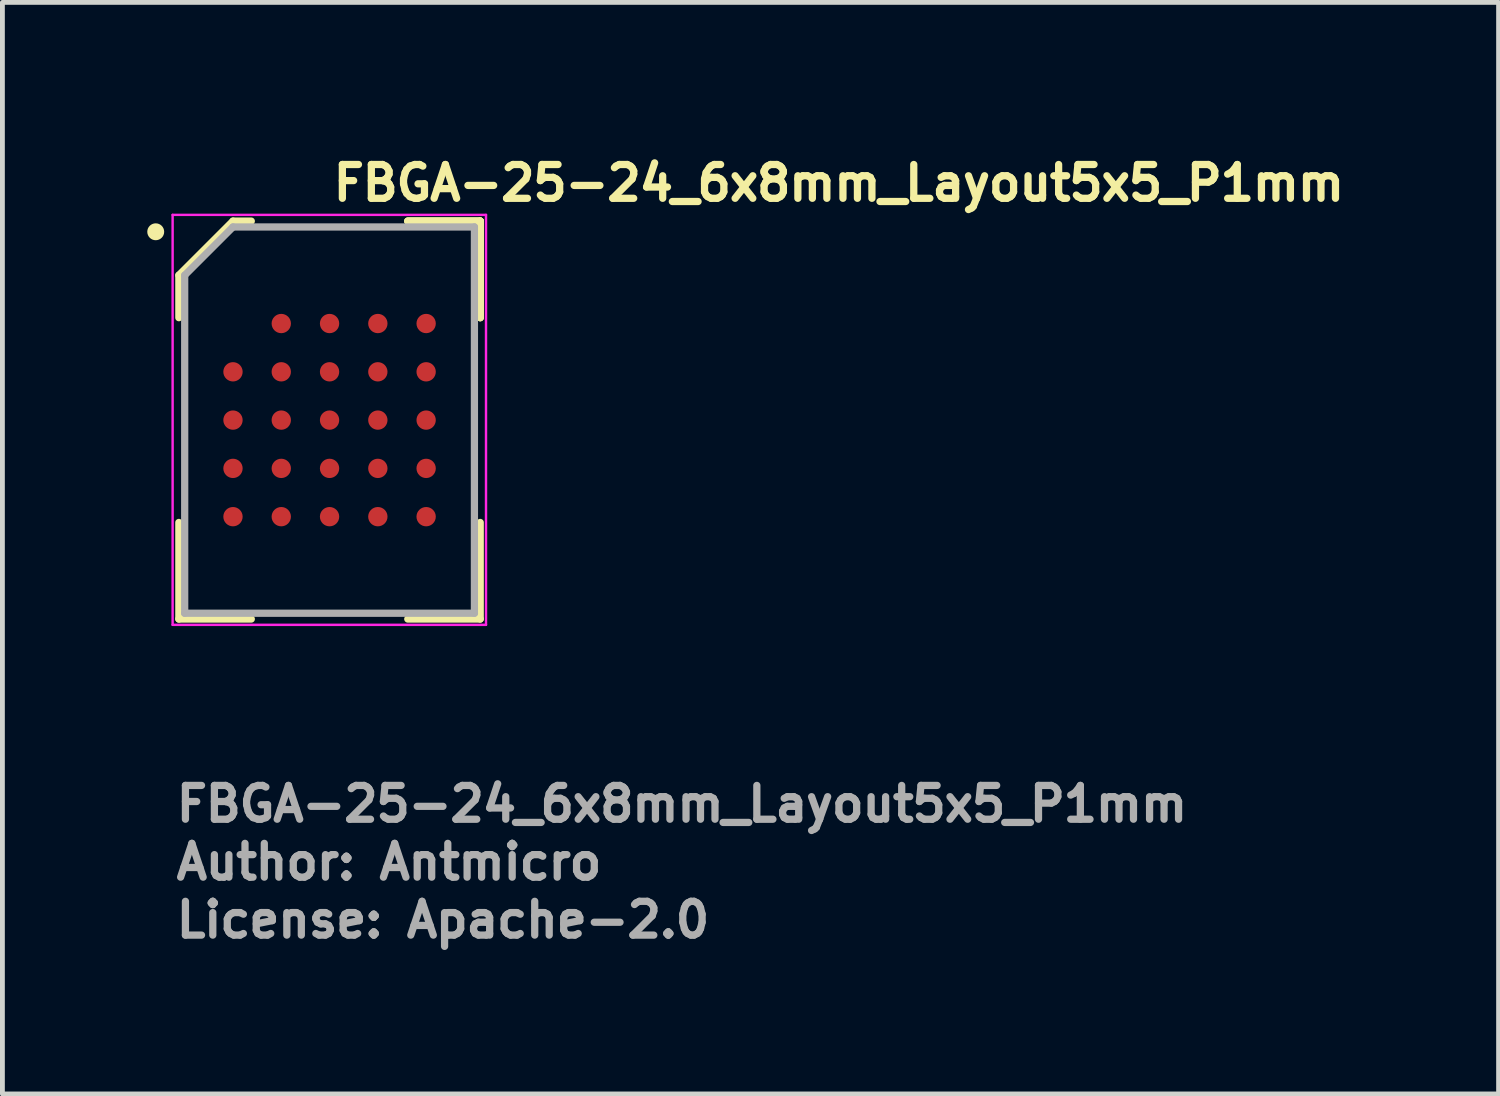
<source format=kicad_pcb>
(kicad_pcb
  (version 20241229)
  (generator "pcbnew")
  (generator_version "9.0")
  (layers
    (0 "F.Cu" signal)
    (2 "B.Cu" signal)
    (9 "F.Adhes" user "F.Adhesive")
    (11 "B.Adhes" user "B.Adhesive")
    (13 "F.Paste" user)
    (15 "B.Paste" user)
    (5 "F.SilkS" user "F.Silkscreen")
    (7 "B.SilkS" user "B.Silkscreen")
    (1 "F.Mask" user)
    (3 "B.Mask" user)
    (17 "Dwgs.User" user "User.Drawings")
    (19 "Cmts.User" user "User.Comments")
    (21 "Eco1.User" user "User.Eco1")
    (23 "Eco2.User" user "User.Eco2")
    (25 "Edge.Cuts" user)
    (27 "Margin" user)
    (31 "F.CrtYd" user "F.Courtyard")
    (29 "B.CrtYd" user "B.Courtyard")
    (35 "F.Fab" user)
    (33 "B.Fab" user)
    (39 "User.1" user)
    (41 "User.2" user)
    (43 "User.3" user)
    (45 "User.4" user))
  (footprint "FBGA-25-24_6x8mm_Layout5x5_P1mm"
    (layer "F.Cu")
    (at 3.775 5.65)
    (property "Reference" "FBGA-25-24_6x8mm_Layout5x5_P1mm" (at 0 -4.5 0) (layer "F.SilkS") (effects (font (size 0.7 0.7) (thickness 0.15)) (justify left bottom)))
    (attr smd)
    (fp_line (start -3.121 -3) (end -3.121 -2.121) (stroke (width 0.15) (type solid)) (layer "F.SilkS"))
    (fp_line (start -3.121 4.12) (end -3.121 2.12) (stroke (width 0.15) (type solid)) (layer "F.SilkS"))
    (fp_line (start -2 -4.121) (end -3.121 -3) (stroke (width 0.15) (type solid)) (layer "F.SilkS"))
    (fp_line (start -1.621 -4.121) (end -2 -4.121) (stroke (width 0.15) (type solid)) (layer "F.SilkS"))
    (fp_line (start -1.621 4.12) (end -3.121 4.12) (stroke (width 0.15) (type solid)) (layer "F.SilkS"))
    (fp_line (start 1.62 -4.121) (end 3.12 -4.121) (stroke (width 0.15) (type solid)) (layer "F.SilkS"))
    (fp_line (start 1.62 -4.121) (end 3.12 -4.121) (stroke (width 0.15) (type solid)) (layer "F.SilkS"))
    (fp_line (start 1.62 -4.121) (end 3.12 -4.121) (stroke (width 0.15) (type solid)) (layer "F.SilkS"))
    (fp_line (start 1.62 4.12) (end 3.12 4.12) (stroke (width 0.15) (type solid)) (layer "F.SilkS"))
    (fp_line (start 3.12 -4.121) (end 3.12 -2.121) (stroke (width 0.15) (type solid)) (layer "F.SilkS"))
    (fp_line (start 3.12 -4.121) (end 3.12 -2.121) (stroke (width 0.15) (type solid)) (layer "F.SilkS"))
    (fp_line (start 3.12 -4.121) (end 3.12 -2.121) (stroke (width 0.15) (type solid)) (layer "F.SilkS"))
    (fp_line (start 3.12 4.12) (end 3.12 2.12) (stroke (width 0.15) (type solid)) (layer "F.SilkS"))
    (fp_circle (center -3.6 -3.9) (end -3.5 -3.9) (stroke (width 0.15) (type solid)) (fill yes) (layer "F.SilkS"))
    (fp_line (start -3.25 -4.25) (end 3.24 -4.25) (stroke (width 0.05) (type solid)) (layer "F.CrtYd"))
    (fp_line (start -3.25 4.24) (end -3.25 -4.25) (stroke (width 0.05) (type solid)) (layer "F.CrtYd"))
    (fp_line (start 3.24 -4.25) (end 3.24 4.24) (stroke (width 0.05) (type solid)) (layer "F.CrtYd"))
    (fp_line (start 3.24 4.24) (end -3.25 4.24) (stroke (width 0.05) (type solid)) (layer "F.CrtYd"))
    (fp_line (start -3 -3) (end -3 4) (stroke (width 0.15) (type solid)) (layer "F.Fab"))
    (fp_line (start -3 4) (end 3 4) (stroke (width 0.15) (type solid)) (layer "F.Fab"))
    (fp_line (start -2 -4) (end -3 -3) (stroke (width 0.15) (type solid)) (layer "F.Fab"))
    (fp_line (start 3 -4) (end -2 -4) (stroke (width 0.15) (type solid)) (layer "F.Fab"))
    (fp_line (start 3 4) (end 3 -4) (stroke (width 0.15) (type solid)) (layer "F.Fab"))
    (fp_rect (start -3 -4) (end 3 4) (stroke (width 0.1) (type solid)) (fill no) (layer "User.5"))
    (fp_line (start -3 -4) (end -3 4) (stroke (width 0.02) (type solid)) (layer "User.9"))
    (fp_line (start -3 4) (end 3 4) (stroke (width 0.02) (type solid)) (layer "User.9"))
    (fp_line (start -2.099 -2.919) (end -2.099 -2.913) (stroke (width 0.02) (type solid)) (layer "User.9"))
    (fp_line (start -2.099 -2.913) (end -2.099 -2.906) (stroke (width 0.02) (type solid)) (layer "User.9"))
    (fp_line (start -2.099 -2.906) (end -2.099 -2.9) (stroke (width 0.02) (type solid)) (layer "User.9"))
    (fp_line (start -2.099 -2.9) (end -2.099 -2.886) (stroke (width 0.02) (type solid)) (layer "User.9"))
    (fp_line (start -2.099 -2.886) (end -2.098 -2.873) (stroke (width 0.02) (type solid)) (layer "User.9"))
    (fp_line (start -2.098 -2.926) (end -2.099 -2.919) (stroke (width 0.02) (type solid)) (layer "User.9"))
    (fp_line (start -2.098 -2.873) (end -2.096 -2.86) (stroke (width 0.02) (type solid)) (layer "User.9"))
    (fp_line (start -2.097 -2.933) (end -2.098 -2.926) (stroke (width 0.02) (type solid)) (layer "User.9"))
    (fp_line (start -2.096 -2.939) (end -2.097 -2.933) (stroke (width 0.02) (type solid)) (layer "User.9"))
    (fp_line (start -2.096 -2.86) (end -2.093 -2.847) (stroke (width 0.02) (type solid)) (layer "User.9"))
    (fp_line (start -2.095 -2.913) (end -2.095 -2.906) (stroke (width 0.02) (type solid)) (layer "User.9"))
    (fp_line (start -2.095 -2.906) (end -2.095 -2.9) (stroke (width 0.02) (type solid)) (layer "User.9"))
    (fp_line (start -2.095 -2.9) (end -2.095 -2.886) (stroke (width 0.02) (type solid)) (layer "User.9"))
    (fp_line (start -2.095 -2.886) (end -2.093 -2.874) (stroke (width 0.02) (type solid)) (layer "User.9"))
    (fp_line (start -2.094 -2.945) (end -2.096 -2.939) (stroke (width 0.02) (type solid)) (layer "User.9"))
    (fp_line (start -2.094 -2.919) (end -2.095 -2.913) (stroke (width 0.02) (type solid)) (layer "User.9"))
    (fp_line (start -2.093 -2.952) (end -2.094 -2.945) (stroke (width 0.02) (type solid)) (layer "User.9"))
    (fp_line (start -2.093 -2.925) (end -2.094 -2.919) (stroke (width 0.02) (type solid)) (layer "User.9"))
    (fp_line (start -2.093 -2.874) (end -2.091 -2.861) (stroke (width 0.02) (type solid)) (layer "User.9"))
    (fp_line (start -2.093 -2.847) (end -2.089 -2.835) (stroke (width 0.02) (type solid)) (layer "User.9"))
    (fp_line (start -2.092 -2.932) (end -2.093 -2.925) (stroke (width 0.02) (type solid)) (layer "User.9"))
    (fp_line (start -2.091 -2.958) (end -2.093 -2.952) (stroke (width 0.02) (type solid)) (layer "User.9"))
    (fp_line (start -2.091 -2.938) (end -2.092 -2.932) (stroke (width 0.02) (type solid)) (layer "User.9"))
    (fp_line (start -2.091 -2.861) (end -2.088 -2.848) (stroke (width 0.02) (type solid)) (layer "User.9"))
    (fp_line (start -2.09 -2.944) (end -2.091 -2.938) (stroke (width 0.02) (type solid)) (layer "User.9"))
    (fp_line (start -2.089 -2.964) (end -2.091 -2.958) (stroke (width 0.02) (type solid)) (layer "User.9"))
    (fp_line (start -2.089 -2.835) (end -2.084 -2.823) (stroke (width 0.02) (type solid)) (layer "User.9"))
    (fp_line (start -2.088 -2.951) (end -2.09 -2.944) (stroke (width 0.02) (type solid)) (layer "User.9"))
    (fp_line (start -2.088 -2.848) (end -2.085 -2.836) (stroke (width 0.02) (type solid)) (layer "User.9"))
    (fp_line (start -2.087 -2.97) (end -2.089 -2.964) (stroke (width 0.02) (type solid)) (layer "User.9"))
    (fp_line (start -2.087 -2.957) (end -2.088 -2.951) (stroke (width 0.02) (type solid)) (layer "User.9"))
    (fp_line (start -2.085 -2.963) (end -2.087 -2.957) (stroke (width 0.02) (type solid)) (layer "User.9"))
    (fp_line (start -2.085 -2.836) (end -2.08 -2.824) (stroke (width 0.02) (type solid)) (layer "User.9"))
    (fp_line (start -2.084 -2.976) (end -2.087 -2.97) (stroke (width 0.02) (type solid)) (layer "User.9"))
    (fp_line (start -2.084 -2.823) (end -2.079 -2.811) (stroke (width 0.02) (type solid)) (layer "User.9"))
    (fp_line (start -2.082 -2.982) (end -2.084 -2.976) (stroke (width 0.02) (type solid)) (layer "User.9"))
    (fp_line (start -2.082 -2.969) (end -2.085 -2.963) (stroke (width 0.02) (type solid)) (layer "User.9"))
    (fp_line (start -2.08 -2.975) (end -2.082 -2.969) (stroke (width 0.02) (type solid)) (layer "User.9"))
    (fp_line (start -2.08 -2.824) (end -2.075 -2.813) (stroke (width 0.02) (type solid)) (layer "User.9"))
    (fp_line (start -2.079 -2.988) (end -2.082 -2.982) (stroke (width 0.02) (type solid)) (layer "User.9"))
    (fp_line (start -2.079 -2.811) (end -2.073 -2.799) (stroke (width 0.02) (type solid)) (layer "User.9"))
    (fp_line (start -2.078 -2.98) (end -2.08 -2.975) (stroke (width 0.02) (type solid)) (layer "User.9"))
    (fp_line (start -2.076 -2.994) (end -2.079 -2.988) (stroke (width 0.02) (type solid)) (layer "User.9"))
    (fp_line (start -2.075 -2.986) (end -2.078 -2.98) (stroke (width 0.02) (type solid)) (layer "User.9"))
    (fp_line (start -2.075 -2.813) (end -2.069 -2.802) (stroke (width 0.02) (type solid)) (layer "User.9"))
    (fp_line (start -2.073 -3) (end -2.076 -2.994) (stroke (width 0.02) (type solid)) (layer "User.9"))
    (fp_line (start -2.073 -2.799) (end -2.066 -2.789) (stroke (width 0.02) (type solid)) (layer "User.9"))
    (fp_line (start -2.072 -2.992) (end -2.075 -2.986) (stroke (width 0.02) (type solid)) (layer "User.9"))
    (fp_line (start -2.069 -3.005) (end -2.073 -3) (stroke (width 0.02) (type solid)) (layer "User.9"))
    (fp_line (start -2.069 -2.997) (end -2.072 -2.992) (stroke (width 0.02) (type solid)) (layer "User.9"))
    (fp_line (start -2.069 -2.802) (end -2.062 -2.791) (stroke (width 0.02) (type solid)) (layer "User.9"))
    (fp_line (start -2.066 -3.01) (end -2.069 -3.005) (stroke (width 0.02) (type solid)) (layer "User.9"))
    (fp_line (start -2.066 -3.003) (end -2.069 -2.997) (stroke (width 0.02) (type solid)) (layer "User.9"))
    (fp_line (start -2.066 -2.789) (end -2.058 -2.778) (stroke (width 0.02) (type solid)) (layer "User.9"))
    (fp_line (start -2.062 -3.016) (end -2.066 -3.01) (stroke (width 0.02) (type solid)) (layer "User.9"))
    (fp_line (start -2.062 -3.008) (end -2.066 -3.003) (stroke (width 0.02) (type solid)) (layer "User.9"))
    (fp_line (start -2.062 -2.791) (end -2.055 -2.781) (stroke (width 0.02) (type solid)) (layer "User.9"))
    (fp_line (start -2.059 -3.013) (end -2.062 -3.008) (stroke (width 0.02) (type solid)) (layer "User.9"))
    (fp_line (start -2.058 -3.021) (end -2.062 -3.016) (stroke (width 0.02) (type solid)) (layer "User.9"))
    (fp_line (start -2.058 -2.778) (end -2.05 -2.768) (stroke (width 0.02) (type solid)) (layer "User.9"))
    (fp_line (start -2.055 -3.018) (end -2.059 -3.013) (stroke (width 0.02) (type solid)) (layer "User.9"))
    (fp_line (start -2.055 -2.781) (end -2.047 -2.771) (stroke (width 0.02) (type solid)) (layer "User.9"))
    (fp_line (start -2.054 -3.026) (end -2.058 -3.021) (stroke (width 0.02) (type solid)) (layer "User.9"))
    (fp_line (start -2.051 -3.023) (end -2.055 -3.018) (stroke (width 0.02) (type solid)) (layer "User.9"))
    (fp_line (start -2.05 -3.031) (end -2.054 -3.026) (stroke (width 0.02) (type solid)) (layer "User.9"))
    (fp_line (start -2.05 -2.768) (end -2.041 -2.758) (stroke (width 0.02) (type solid)) (layer "User.9"))
    (fp_line (start -2.047 -3.028) (end -2.051 -3.023) (stroke (width 0.02) (type solid)) (layer "User.9"))
    (fp_line (start -2.047 -2.771) (end -2.038 -2.761) (stroke (width 0.02) (type solid)) (layer "User.9"))
    (fp_line (start -2.046 -3.036) (end -2.05 -3.031) (stroke (width 0.02) (type solid)) (layer "User.9"))
    (fp_line (start -2.043 -3.033) (end -2.047 -3.028) (stroke (width 0.02) (type solid)) (layer "User.9"))
    (fp_line (start -2.041 -3.041) (end -2.046 -3.036) (stroke (width 0.02) (type solid)) (layer "User.9"))
    (fp_line (start -2.041 -2.758) (end -2.032 -2.749) (stroke (width 0.02) (type solid)) (layer "User.9"))
    (fp_line (start -2.038 -3.038) (end -2.043 -3.033) (stroke (width 0.02) (type solid)) (layer "User.9"))
    (fp_line (start -2.038 -2.761) (end -2.029 -2.753) (stroke (width 0.02) (type solid)) (layer "User.9"))
    (fp_line (start -2.037 -3.045) (end -2.041 -3.041) (stroke (width 0.02) (type solid)) (layer "User.9"))
    (fp_line (start -2.034 -3.042) (end -2.038 -3.038) (stroke (width 0.02) (type solid)) (layer "User.9"))
    (fp_line (start -2.032 -3.05) (end -2.037 -3.045) (stroke (width 0.02) (type solid)) (layer "User.9"))
    (fp_line (start -2.032 -2.749) (end -2.022 -2.741) (stroke (width 0.02) (type solid)) (layer "User.9"))
    (fp_line (start -2.029 -3.046) (end -2.034 -3.042) (stroke (width 0.02) (type solid)) (layer "User.9"))
    (fp_line (start -2.029 -2.753) (end -2.019 -2.745) (stroke (width 0.02) (type solid)) (layer "User.9"))
    (fp_line (start -2.027 -3.054) (end -2.032 -3.05) (stroke (width 0.02) (type solid)) (layer "User.9"))
    (fp_line (start -2.024 -3.05) (end -2.029 -3.046) (stroke (width 0.02) (type solid)) (layer "User.9"))
    (fp_line (start -2.022 -3.058) (end -2.027 -3.054) (stroke (width 0.02) (type solid)) (layer "User.9"))
    (fp_line (start -2.022 -2.741) (end -2.011 -2.733) (stroke (width 0.02) (type solid)) (layer "User.9"))
    (fp_line (start -2.019 -3.054) (end -2.024 -3.05) (stroke (width 0.02) (type solid)) (layer "User.9"))
    (fp_line (start -2.019 -2.745) (end -2.008 -2.737) (stroke (width 0.02) (type solid)) (layer "User.9"))
    (fp_line (start -2.016 -3.062) (end -2.022 -3.058) (stroke (width 0.02) (type solid)) (layer "User.9"))
    (fp_line (start -2.014 -3.058) (end -2.019 -3.054) (stroke (width 0.02) (type solid)) (layer "User.9"))
    (fp_line (start -2.011 -3.066) (end -2.016 -3.062) (stroke (width 0.02) (type solid)) (layer "User.9"))
    (fp_line (start -2.011 -2.733) (end -2 -2.726) (stroke (width 0.02) (type solid)) (layer "User.9"))
    (fp_line (start -2.008 -3.062) (end -2.014 -3.058) (stroke (width 0.02) (type solid)) (layer "User.9"))
    (fp_line (start -2.008 -2.737) (end -1.997 -2.73) (stroke (width 0.02) (type solid)) (layer "User.9"))
    (fp_line (start -2.005 -3.069) (end -2.011 -3.066) (stroke (width 0.02) (type solid)) (layer "User.9"))
    (fp_line (start -2.003 -3.066) (end -2.008 -3.062) (stroke (width 0.02) (type solid)) (layer "User.9"))
    (fp_line (start -2 -3.073) (end -2.005 -3.069) (stroke (width 0.02) (type solid)) (layer "User.9"))
    (fp_line (start -2 -3.073) (end -2 -3.073) (stroke (width 0.02) (type solid)) (layer "User.9"))
    (fp_line (start -2 -2.726) (end -2 -2.726) (stroke (width 0.02) (type solid)) (layer "User.9"))
    (fp_line (start -2 -2.726) (end -1.988 -2.72) (stroke (width 0.02) (type solid)) (layer "User.9"))
    (fp_line (start -1.997 -3.069) (end -2.003 -3.066) (stroke (width 0.02) (type solid)) (layer "User.9"))
    (fp_line (start -1.997 -3.069) (end -1.997 -3.069) (stroke (width 0.02) (type solid)) (layer "User.9"))
    (fp_line (start -1.997 -2.73) (end -1.997 -2.73) (stroke (width 0.02) (type solid)) (layer "User.9"))
    (fp_line (start -1.997 -2.73) (end -1.986 -2.724) (stroke (width 0.02) (type solid)) (layer "User.9"))
    (fp_line (start -1.988 -3.079) (end -2 -3.073) (stroke (width 0.02) (type solid)) (layer "User.9"))
    (fp_line (start -1.988 -2.72) (end -1.976 -2.715) (stroke (width 0.02) (type solid)) (layer "User.9"))
    (fp_line (start -1.986 -3.075) (end -1.997 -3.069) (stroke (width 0.02) (type solid)) (layer "User.9"))
    (fp_line (start -1.986 -2.724) (end -1.974 -2.719) (stroke (width 0.02) (type solid)) (layer "User.9"))
    (fp_line (start -1.976 -3.084) (end -1.988 -3.079) (stroke (width 0.02) (type solid)) (layer "User.9"))
    (fp_line (start -1.976 -2.715) (end -1.963 -2.71) (stroke (width 0.02) (type solid)) (layer "User.9"))
    (fp_line (start -1.974 -3.08) (end -1.986 -3.075) (stroke (width 0.02) (type solid)) (layer "User.9"))
    (fp_line (start -1.974 -2.719) (end -1.962 -2.714) (stroke (width 0.02) (type solid)) (layer "User.9"))
    (fp_line (start -1.963 -3.089) (end -1.976 -3.084) (stroke (width 0.02) (type solid)) (layer "User.9"))
    (fp_line (start -1.963 -2.71) (end -1.951 -2.706) (stroke (width 0.02) (type solid)) (layer "User.9"))
    (fp_line (start -1.962 -3.085) (end -1.974 -3.08) (stroke (width 0.02) (type solid)) (layer "User.9"))
    (fp_line (start -1.962 -2.714) (end -1.95 -2.71) (stroke (width 0.02) (type solid)) (layer "User.9"))
    (fp_line (start -1.951 -3.093) (end -1.963 -3.089) (stroke (width 0.02) (type solid)) (layer "User.9"))
    (fp_line (start -1.951 -2.706) (end -1.938 -2.703) (stroke (width 0.02) (type solid)) (layer "User.9"))
    (fp_line (start -1.95 -3.089) (end -1.962 -3.085) (stroke (width 0.02) (type solid)) (layer "User.9"))
    (fp_line (start -1.95 -2.71) (end -1.937 -2.708) (stroke (width 0.02) (type solid)) (layer "User.9"))
    (fp_line (start -1.938 -3.096) (end -1.951 -3.093) (stroke (width 0.02) (type solid)) (layer "User.9"))
    (fp_line (start -1.938 -2.703) (end -1.925 -2.701) (stroke (width 0.02) (type solid)) (layer "User.9"))
    (fp_line (start -1.937 -3.091) (end -1.95 -3.089) (stroke (width 0.02) (type solid)) (layer "User.9"))
    (fp_line (start -1.937 -2.708) (end -1.925 -2.706) (stroke (width 0.02) (type solid)) (layer "User.9"))
    (fp_line (start -1.925 -3.098) (end -1.938 -3.096) (stroke (width 0.02) (type solid)) (layer "User.9"))
    (fp_line (start -1.925 -3.093) (end -1.937 -3.091) (stroke (width 0.02) (type solid)) (layer "User.9"))
    (fp_line (start -1.925 -2.706) (end -1.912 -2.704) (stroke (width 0.02) (type solid)) (layer "User.9"))
    (fp_line (start -1.925 -2.701) (end -1.912 -2.7) (stroke (width 0.02) (type solid)) (layer "User.9"))
    (fp_line (start -1.912 -3.099) (end -1.925 -3.098) (stroke (width 0.02) (type solid)) (layer "User.9"))
    (fp_line (start -1.912 -3.095) (end -1.925 -3.093) (stroke (width 0.02) (type solid)) (layer "User.9"))
    (fp_line (start -1.912 -2.704) (end -1.9 -2.704) (stroke (width 0.02) (type solid)) (layer "User.9"))
    (fp_line (start -1.912 -2.7) (end -1.9 -2.699) (stroke (width 0.02) (type solid)) (layer "User.9"))
    (fp_line (start -1.9 -3.1) (end -1.912 -3.099) (stroke (width 0.02) (type solid)) (layer "User.9"))
    (fp_line (start -1.9 -3.095) (end -1.912 -3.095) (stroke (width 0.02) (type solid)) (layer "User.9"))
    (fp_line (start -1.9 -2.704) (end -1.887 -2.704) (stroke (width 0.02) (type solid)) (layer "User.9"))
    (fp_line (start -1.9 -2.699) (end -1.887 -2.7) (stroke (width 0.02) (type solid)) (layer "User.9"))
    (fp_line (start -1.887 -3.099) (end -1.9 -3.1) (stroke (width 0.02) (type solid)) (layer "User.9"))
    (fp_line (start -1.887 -3.095) (end -1.9 -3.095) (stroke (width 0.02) (type solid)) (layer "User.9"))
    (fp_line (start -1.887 -2.704) (end -1.874 -2.706) (stroke (width 0.02) (type solid)) (layer "User.9"))
    (fp_line (start -1.887 -2.7) (end -1.874 -2.701) (stroke (width 0.02) (type solid)) (layer "User.9"))
    (fp_line (start -1.874 -3.098) (end -1.887 -3.099) (stroke (width 0.02) (type solid)) (layer "User.9"))
    (fp_line (start -1.874 -3.093) (end -1.887 -3.095) (stroke (width 0.02) (type solid)) (layer "User.9"))
    (fp_line (start -1.874 -2.706) (end -1.862 -2.708) (stroke (width 0.02) (type solid)) (layer "User.9"))
    (fp_line (start -1.874 -2.701) (end -1.861 -2.703) (stroke (width 0.02) (type solid)) (layer "User.9"))
    (fp_line (start -1.862 -3.091) (end -1.874 -3.093) (stroke (width 0.02) (type solid)) (layer "User.9"))
    (fp_line (start -1.862 -2.708) (end -1.849 -2.71) (stroke (width 0.02) (type solid)) (layer "User.9"))
    (fp_line (start -1.861 -3.096) (end -1.874 -3.098) (stroke (width 0.02) (type solid)) (layer "User.9"))
    (fp_line (start -1.861 -2.703) (end -1.848 -2.706) (stroke (width 0.02) (type solid)) (layer "User.9"))
    (fp_line (start -1.849 -3.089) (end -1.862 -3.091) (stroke (width 0.02) (type solid)) (layer "User.9"))
    (fp_line (start -1.849 -2.71) (end -1.837 -2.714) (stroke (width 0.02) (type solid)) (layer "User.9"))
    (fp_line (start -1.848 -3.093) (end -1.861 -3.096) (stroke (width 0.02) (type solid)) (layer "User.9"))
    (fp_line (start -1.848 -2.706) (end -1.836 -2.71) (stroke (width 0.02) (type solid)) (layer "User.9"))
    (fp_line (start -1.837 -3.085) (end -1.849 -3.089) (stroke (width 0.02) (type solid)) (layer "User.9"))
    (fp_line (start -1.837 -2.714) (end -1.825 -2.719) (stroke (width 0.02) (type solid)) (layer "User.9"))
    (fp_line (start -1.836 -3.089) (end -1.848 -3.093) (stroke (width 0.02) (type solid)) (layer "User.9"))
    (fp_line (start -1.836 -2.71) (end -1.823 -2.715) (stroke (width 0.02) (type solid)) (layer "User.9"))
    (fp_line (start -1.825 -3.08) (end -1.837 -3.085) (stroke (width 0.02) (type solid)) (layer "User.9"))
    (fp_line (start -1.825 -2.719) (end -1.813 -2.724) (stroke (width 0.02) (type solid)) (layer "User.9"))
    (fp_line (start -1.823 -3.084) (end -1.836 -3.089) (stroke (width 0.02) (type solid)) (layer "User.9"))
    (fp_line (start -1.823 -2.715) (end -1.811 -2.72) (stroke (width 0.02) (type solid)) (layer "User.9"))
    (fp_line (start -1.813 -3.075) (end -1.825 -3.08) (stroke (width 0.02) (type solid)) (layer "User.9"))
    (fp_line (start -1.813 -2.724) (end -1.802 -2.73) (stroke (width 0.02) (type solid)) (layer "User.9"))
    (fp_line (start -1.811 -3.079) (end -1.823 -3.084) (stroke (width 0.02) (type solid)) (layer "User.9"))
    (fp_line (start -1.811 -2.72) (end -1.799 -2.726) (stroke (width 0.02) (type solid)) (layer "User.9"))
    (fp_line (start -1.802 -3.069) (end -1.813 -3.075) (stroke (width 0.02) (type solid)) (layer "User.9"))
    (fp_line (start -1.802 -3.069) (end -1.802 -3.069) (stroke (width 0.02) (type solid)) (layer "User.9"))
    (fp_line (start -1.802 -2.73) (end -1.802 -2.73) (stroke (width 0.02) (type solid)) (layer "User.9"))
    (fp_line (start -1.802 -2.73) (end -1.796 -2.733) (stroke (width 0.02) (type solid)) (layer "User.9"))
    (fp_line (start -1.799 -3.073) (end -1.811 -3.079) (stroke (width 0.02) (type solid)) (layer "User.9"))
    (fp_line (start -1.799 -3.073) (end -1.799 -3.073) (stroke (width 0.02) (type solid)) (layer "User.9"))
    (fp_line (start -1.799 -2.726) (end -1.799 -2.726) (stroke (width 0.02) (type solid)) (layer "User.9"))
    (fp_line (start -1.799 -2.726) (end -1.794 -2.73) (stroke (width 0.02) (type solid)) (layer "User.9"))
    (fp_line (start -1.796 -2.733) (end -1.791 -2.737) (stroke (width 0.02) (type solid)) (layer "User.9"))
    (fp_line (start -1.794 -2.73) (end -1.788 -2.733) (stroke (width 0.02) (type solid)) (layer "User.9"))
    (fp_line (start -1.791 -3.062) (end -1.802 -3.069) (stroke (width 0.02) (type solid)) (layer "User.9"))
    (fp_line (start -1.791 -2.737) (end -1.785 -2.741) (stroke (width 0.02) (type solid)) (layer "User.9"))
    (fp_line (start -1.788 -3.066) (end -1.799 -3.073) (stroke (width 0.02) (type solid)) (layer "User.9"))
    (fp_line (start -1.788 -2.733) (end -1.783 -2.737) (stroke (width 0.02) (type solid)) (layer "User.9"))
    (fp_line (start -1.785 -2.741) (end -1.78 -2.745) (stroke (width 0.02) (type solid)) (layer "User.9"))
    (fp_line (start -1.783 -2.737) (end -1.777 -2.741) (stroke (width 0.02) (type solid)) (layer "User.9"))
    (fp_line (start -1.78 -3.054) (end -1.791 -3.062) (stroke (width 0.02) (type solid)) (layer "User.9"))
    (fp_line (start -1.78 -2.745) (end -1.775 -2.749) (stroke (width 0.02) (type solid)) (layer "User.9"))
    (fp_line (start -1.777 -3.058) (end -1.788 -3.066) (stroke (width 0.02) (type solid)) (layer "User.9"))
    (fp_line (start -1.777 -2.741) (end -1.772 -2.745) (stroke (width 0.02) (type solid)) (layer "User.9"))
    (fp_line (start -1.775 -2.749) (end -1.77 -2.753) (stroke (width 0.02) (type solid)) (layer "User.9"))
    (fp_line (start -1.772 -2.745) (end -1.767 -2.749) (stroke (width 0.02) (type solid)) (layer "User.9"))
    (fp_line (start -1.77 -3.046) (end -1.78 -3.054) (stroke (width 0.02) (type solid)) (layer "User.9"))
    (fp_line (start -1.77 -2.753) (end -1.765 -2.757) (stroke (width 0.02) (type solid)) (layer "User.9"))
    (fp_line (start -1.767 -3.05) (end -1.777 -3.058) (stroke (width 0.02) (type solid)) (layer "User.9"))
    (fp_line (start -1.767 -2.749) (end -1.762 -2.754) (stroke (width 0.02) (type solid)) (layer "User.9"))
    (fp_line (start -1.765 -2.757) (end -1.761 -2.761) (stroke (width 0.02) (type solid)) (layer "User.9"))
    (fp_line (start -1.762 -2.754) (end -1.758 -2.758) (stroke (width 0.02) (type solid)) (layer "User.9"))
    (fp_line (start -1.761 -3.038) (end -1.77 -3.046) (stroke (width 0.02) (type solid)) (layer "User.9"))
    (fp_line (start -1.761 -2.761) (end -1.756 -2.766) (stroke (width 0.02) (type solid)) (layer "User.9"))
    (fp_line (start -1.758 -3.041) (end -1.767 -3.05) (stroke (width 0.02) (type solid)) (layer "User.9"))
    (fp_line (start -1.758 -2.758) (end -1.753 -2.763) (stroke (width 0.02) (type solid)) (layer "User.9"))
    (fp_line (start -1.756 -2.766) (end -1.752 -2.771) (stroke (width 0.02) (type solid)) (layer "User.9"))
    (fp_line (start -1.753 -2.763) (end -1.749 -2.768) (stroke (width 0.02) (type solid)) (layer "User.9"))
    (fp_line (start -1.752 -3.028) (end -1.761 -3.038) (stroke (width 0.02) (type solid)) (layer "User.9"))
    (fp_line (start -1.752 -2.771) (end -1.748 -2.776) (stroke (width 0.02) (type solid)) (layer "User.9"))
    (fp_line (start -1.749 -3.031) (end -1.758 -3.041) (stroke (width 0.02) (type solid)) (layer "User.9"))
    (fp_line (start -1.749 -2.768) (end -1.745 -2.773) (stroke (width 0.02) (type solid)) (layer "User.9"))
    (fp_line (start -1.748 -2.776) (end -1.744 -2.781) (stroke (width 0.02) (type solid)) (layer "User.9"))
    (fp_line (start -1.745 -2.773) (end -1.741 -2.778) (stroke (width 0.02) (type solid)) (layer "User.9"))
    (fp_line (start -1.744 -3.018) (end -1.752 -3.028) (stroke (width 0.02) (type solid)) (layer "User.9"))
    (fp_line (start -1.744 -2.781) (end -1.74 -2.786) (stroke (width 0.02) (type solid)) (layer "User.9"))
    (fp_line (start -1.741 -3.021) (end -1.749 -3.031) (stroke (width 0.02) (type solid)) (layer "User.9"))
    (fp_line (start -1.741 -2.778) (end -1.737 -2.783) (stroke (width 0.02) (type solid)) (layer "User.9"))
    (fp_line (start -1.74 -2.786) (end -1.737 -2.791) (stroke (width 0.02) (type solid)) (layer "User.9"))
    (fp_line (start -1.737 -3.008) (end -1.744 -3.018) (stroke (width 0.02) (type solid)) (layer "User.9"))
    (fp_line (start -1.737 -2.791) (end -1.733 -2.796) (stroke (width 0.02) (type solid)) (layer "User.9"))
    (fp_line (start -1.737 -2.783) (end -1.733 -2.789) (stroke (width 0.02) (type solid)) (layer "User.9"))
    (fp_line (start -1.733 -3.01) (end -1.741 -3.021) (stroke (width 0.02) (type solid)) (layer "User.9"))
    (fp_line (start -1.733 -2.796) (end -1.73 -2.802) (stroke (width 0.02) (type solid)) (layer "User.9"))
    (fp_line (start -1.733 -2.789) (end -1.73 -2.794) (stroke (width 0.02) (type solid)) (layer "User.9"))
    (fp_line (start -1.73 -2.997) (end -1.737 -3.008) (stroke (width 0.02) (type solid)) (layer "User.9"))
    (fp_line (start -1.73 -2.802) (end -1.727 -2.807) (stroke (width 0.02) (type solid)) (layer "User.9"))
    (fp_line (start -1.73 -2.794) (end -1.726 -2.799) (stroke (width 0.02) (type solid)) (layer "User.9"))
    (fp_line (start -1.727 -2.807) (end -1.724 -2.813) (stroke (width 0.02) (type solid)) (layer "User.9"))
    (fp_line (start -1.726 -3) (end -1.733 -3.01) (stroke (width 0.02) (type solid)) (layer "User.9"))
    (fp_line (start -1.726 -2.799) (end -1.723 -2.805) (stroke (width 0.02) (type solid)) (layer "User.9"))
    (fp_line (start -1.724 -2.986) (end -1.73 -2.997) (stroke (width 0.02) (type solid)) (layer "User.9"))
    (fp_line (start -1.724 -2.813) (end -1.721 -2.819) (stroke (width 0.02) (type solid)) (layer "User.9"))
    (fp_line (start -1.723 -2.805) (end -1.72 -2.811) (stroke (width 0.02) (type solid)) (layer "User.9"))
    (fp_line (start -1.721 -2.819) (end -1.719 -2.824) (stroke (width 0.02) (type solid)) (layer "User.9"))
    (fp_line (start -1.72 -2.988) (end -1.726 -3) (stroke (width 0.02) (type solid)) (layer "User.9"))
    (fp_line (start -1.72 -2.811) (end -1.717 -2.817) (stroke (width 0.02) (type solid)) (layer "User.9"))
    (fp_line (start -1.719 -2.975) (end -1.724 -2.986) (stroke (width 0.02) (type solid)) (layer "User.9"))
    (fp_line (start -1.719 -2.824) (end -1.717 -2.83) (stroke (width 0.02) (type solid)) (layer "User.9"))
    (fp_line (start -1.717 -2.83) (end -1.714 -2.836) (stroke (width 0.02) (type solid)) (layer "User.9"))
    (fp_line (start -1.717 -2.817) (end -1.715 -2.823) (stroke (width 0.02) (type solid)) (layer "User.9"))
    (fp_line (start -1.715 -2.976) (end -1.72 -2.988) (stroke (width 0.02) (type solid)) (layer "User.9"))
    (fp_line (start -1.715 -2.823) (end -1.712 -2.829) (stroke (width 0.02) (type solid)) (layer "User.9"))
    (fp_line (start -1.714 -2.963) (end -1.719 -2.975) (stroke (width 0.02) (type solid)) (layer "User.9"))
    (fp_line (start -1.714 -2.836) (end -1.712 -2.842) (stroke (width 0.02) (type solid)) (layer "User.9"))
    (fp_line (start -1.712 -2.842) (end -1.711 -2.848) (stroke (width 0.02) (type solid)) (layer "User.9"))
    (fp_line (start -1.712 -2.829) (end -1.71 -2.835) (stroke (width 0.02) (type solid)) (layer "User.9"))
    (fp_line (start -1.711 -2.951) (end -1.714 -2.963) (stroke (width 0.02) (type solid)) (layer "User.9"))
    (fp_line (start -1.711 -2.848) (end -1.709 -2.855) (stroke (width 0.02) (type solid)) (layer "User.9"))
    (fp_line (start -1.71 -2.964) (end -1.715 -2.976) (stroke (width 0.02) (type solid)) (layer "User.9"))
    (fp_line (start -1.71 -2.835) (end -1.708 -2.841) (stroke (width 0.02) (type solid)) (layer "User.9"))
    (fp_line (start -1.709 -2.855) (end -1.708 -2.861) (stroke (width 0.02) (type solid)) (layer "User.9"))
    (fp_line (start -1.708 -2.938) (end -1.711 -2.951) (stroke (width 0.02) (type solid)) (layer "User.9"))
    (fp_line (start -1.708 -2.861) (end -1.707 -2.867) (stroke (width 0.02) (type solid)) (layer "User.9"))
    (fp_line (start -1.708 -2.841) (end -1.706 -2.847) (stroke (width 0.02) (type solid)) (layer "User.9"))
    (fp_line (start -1.707 -2.867) (end -1.706 -2.874) (stroke (width 0.02) (type solid)) (layer "User.9"))
    (fp_line (start -1.706 -2.952) (end -1.71 -2.964) (stroke (width 0.02) (type solid)) (layer "User.9"))
    (fp_line (start -1.706 -2.925) (end -1.708 -2.938) (stroke (width 0.02) (type solid)) (layer "User.9"))
    (fp_line (start -1.706 -2.874) (end -1.705 -2.88) (stroke (width 0.02) (type solid)) (layer "User.9"))
    (fp_line (start -1.706 -2.847) (end -1.705 -2.854) (stroke (width 0.02) (type solid)) (layer "User.9"))
    (fp_line (start -1.705 -2.88) (end -1.704 -2.886) (stroke (width 0.02) (type solid)) (layer "User.9"))
    (fp_line (start -1.705 -2.854) (end -1.703 -2.86) (stroke (width 0.02) (type solid)) (layer "User.9"))
    (fp_line (start -1.704 -2.913) (end -1.706 -2.925) (stroke (width 0.02) (type solid)) (layer "User.9"))
    (fp_line (start -1.704 -2.9) (end -1.704 -2.913) (stroke (width 0.02) (type solid)) (layer "User.9"))
    (fp_line (start -1.704 -2.893) (end -1.704 -2.9) (stroke (width 0.02) (type solid)) (layer "User.9"))
    (fp_line (start -1.704 -2.886) (end -1.704 -2.893) (stroke (width 0.02) (type solid)) (layer "User.9"))
    (fp_line (start -1.703 -2.939) (end -1.706 -2.952) (stroke (width 0.02) (type solid)) (layer "User.9"))
    (fp_line (start -1.703 -2.86) (end -1.702 -2.866) (stroke (width 0.02) (type solid)) (layer "User.9"))
    (fp_line (start -1.702 -2.866) (end -1.701 -2.873) (stroke (width 0.02) (type solid)) (layer "User.9"))
    (fp_line (start -1.701 -2.926) (end -1.703 -2.939) (stroke (width 0.02) (type solid)) (layer "User.9"))
    (fp_line (start -1.701 -2.873) (end -1.7 -2.88) (stroke (width 0.02) (type solid)) (layer "User.9"))
    (fp_line (start -1.7 -2.913) (end -1.701 -2.926) (stroke (width 0.02) (type solid)) (layer "User.9"))
    (fp_line (start -1.7 -2.893) (end -1.699 -2.9) (stroke (width 0.02) (type solid)) (layer "User.9"))
    (fp_line (start -1.7 -2.886) (end -1.7 -2.893) (stroke (width 0.02) (type solid)) (layer "User.9"))
    (fp_line (start -1.7 -2.88) (end -1.7 -2.886) (stroke (width 0.02) (type solid)) (layer "User.9"))
    (fp_line (start -1.699 -2.9) (end -1.7 -2.913) (stroke (width 0.02) (type solid)) (layer "User.9"))
    (fp_line (start 3 -4) (end -3 -4) (stroke (width 0.02) (type solid)) (layer "User.9"))
    (fp_line (start 3 4) (end 3 -4) (stroke (width 0.02) (type solid)) (layer "User.9"))
    (fp_text user "Author: Antmicro" (at -3.25 9.559 0) (layer "F.Fab") (effects (font (size 0.7 0.7) (thickness 0.15)) (justify left bottom)))
    (fp_text user "License: Apache-2.0" (at -3.25 10.759 0) (layer "F.Fab") (effects (font (size 0.7 0.7) (thickness 0.15)) (justify left bottom)))
    (fp_text user "${REFERENCE}" (at -3.25 8.359 0) (layer "F.Fab") (effects (font (size 0.7 0.7) (thickness 0.15)) (justify left bottom)))
    (pad "A2" smd circle (at -1 -2) (size 0.4 0.4) (layers "F.Cu" "F.Mask" "F.Paste"))
    (pad "A3" smd circle (at 0 -2) (size 0.4 0.4) (layers "F.Cu" "F.Mask" "F.Paste"))
    (pad "A4" smd circle (at 1 -2) (size 0.4 0.4) (layers "F.Cu" "F.Mask" "F.Paste"))
    (pad "A5" smd circle (at 2 -2) (size 0.4 0.4) (layers "F.Cu" "F.Mask" "F.Paste"))
    (pad "B1" smd circle (at -2 -1) (size 0.4 0.4) (layers "F.Cu" "F.Mask" "F.Paste"))
    (pad "B2" smd circle (at -1 -1) (size 0.4 0.4) (layers "F.Cu" "F.Mask" "F.Paste"))
    (pad "B3" smd circle (at 0 -1) (size 0.4 0.4) (layers "F.Cu" "F.Mask" "F.Paste"))
    (pad "B4" smd circle (at 1 -1) (size 0.4 0.4) (layers "F.Cu" "F.Mask" "F.Paste"))
    (pad "B5" smd circle (at 2 -1) (size 0.4 0.4) (layers "F.Cu" "F.Mask" "F.Paste"))
    (pad "C1" smd circle (at -2 0) (size 0.4 0.4) (layers "F.Cu" "F.Mask" "F.Paste"))
    (pad "C2" smd circle (at -1 0) (size 0.4 0.4) (layers "F.Cu" "F.Mask" "F.Paste"))
    (pad "C3" smd circle (at 0 0) (size 0.4 0.4) (layers "F.Cu" "F.Mask" "F.Paste"))
    (pad "C4" smd circle (at 1 0) (size 0.4 0.4) (layers "F.Cu" "F.Mask" "F.Paste"))
    (pad "C5" smd circle (at 2 0) (size 0.4 0.4) (layers "F.Cu" "F.Mask" "F.Paste"))
    (pad "D1" smd circle (at -2 1) (size 0.4 0.4) (layers "F.Cu" "F.Mask" "F.Paste"))
    (pad "D2" smd circle (at -1 1) (size 0.4 0.4) (layers "F.Cu" "F.Mask" "F.Paste"))
    (pad "D3" smd circle (at 0 1) (size 0.4 0.4) (layers "F.Cu" "F.Mask" "F.Paste"))
    (pad "D4" smd circle (at 1 1) (size 0.4 0.4) (layers "F.Cu" "F.Mask" "F.Paste"))
    (pad "D5" smd circle (at 2 1) (size 0.4 0.4) (layers "F.Cu" "F.Mask" "F.Paste"))
    (pad "E1" smd circle (at -2 2) (size 0.4 0.4) (layers "F.Cu" "F.Mask" "F.Paste"))
    (pad "E2" smd circle (at -1 2) (size 0.4 0.4) (layers "F.Cu" "F.Mask" "F.Paste"))
    (pad "E3" smd circle (at 0 2) (size 0.4 0.4) (layers "F.Cu" "F.Mask" "F.Paste"))
    (pad "E4" smd circle (at 1 2) (size 0.4 0.4) (layers "F.Cu" "F.Mask" "F.Paste"))
    (pad "E5" smd circle (at 2 2) (size 0.4 0.4) (layers "F.Cu" "F.Mask" "F.Paste")))
  (gr_rect
    (start -3 -3)
    (end 27.985 19.605)
    (stroke (width 0.1) (type default))
    (fill no)
    (layer "Edge.Cuts")))
</source>
